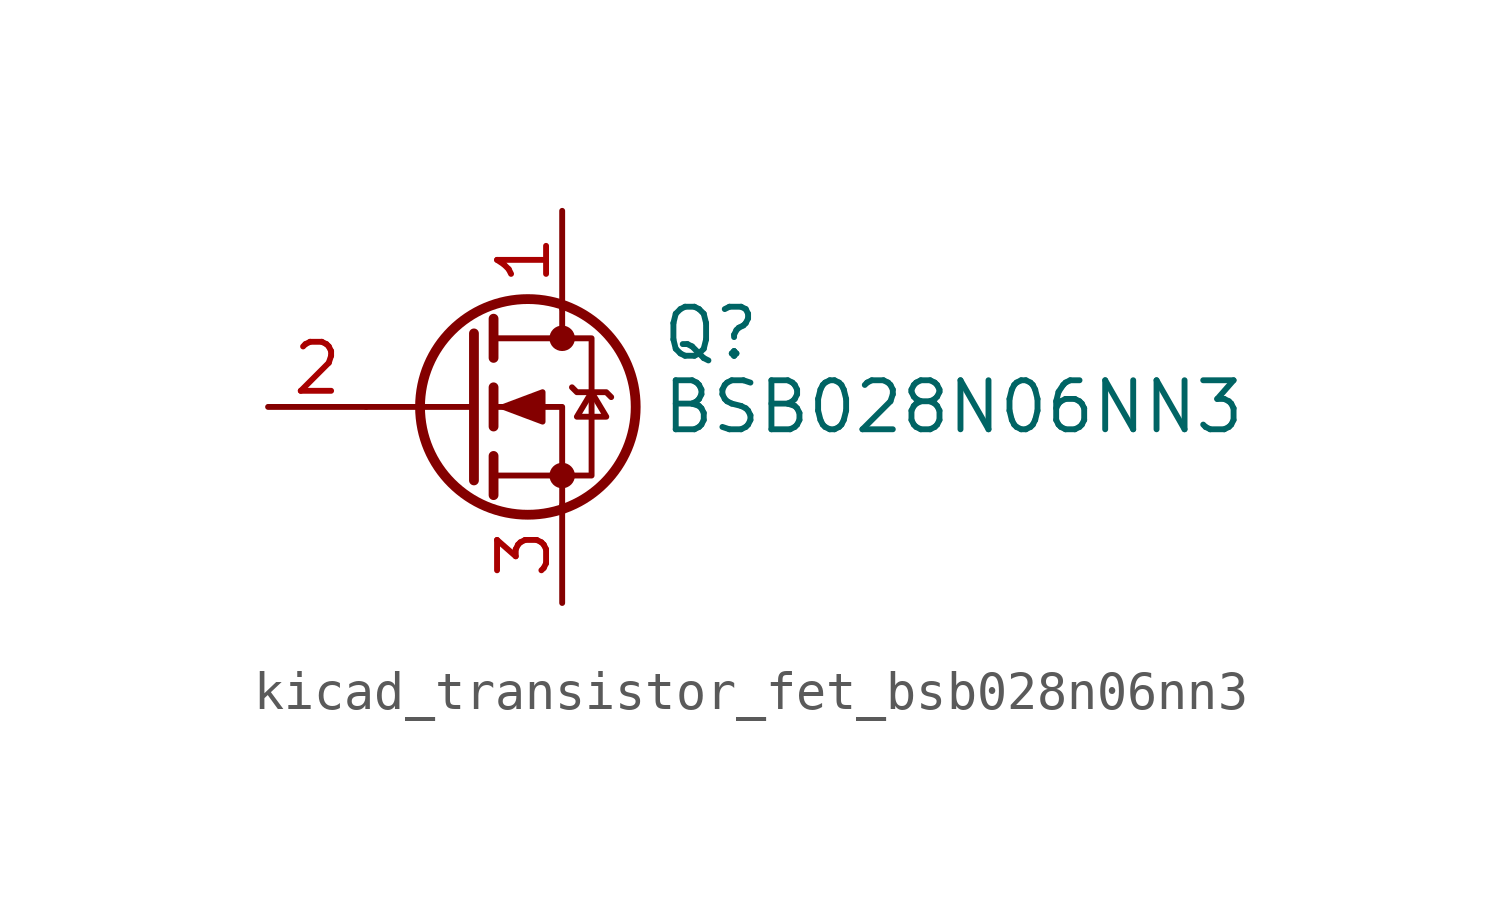
<source format=kicad_sym>
(kicad_symbol_lib
  (version 20220914)
  (generator kicad_symbol_editor)
  (symbol "kicad_transistor_fet_bsb028n06nn3"
    (pin_names hide)
    (property "Reference" "Q"
      (at 5.08 1.905 0)
      (effects (font (size 1.27 1.27)) (justify left)))
    (property "Value" "BSB028N06NN3"
      (at 5.08 0 0)
      (effects (font (size 1.27 1.27)) (justify left)))
    (symbol "kicad_transistor_fet_bsb028n06nn3_0_1"
      (polyline (pts (xy 0.254 0) (xy -2.54 0)) (stroke (width 0) (type default)) (fill (type none)))
      (polyline (pts (xy 0.254 1.905) (xy 0.254 -1.905)) (stroke (width 0.254) (type default)) (fill (type none)))
      (polyline (pts (xy 0.762 -1.27) (xy 0.762 -2.286)) (stroke (width 0.254) (type default)) (fill (type none)))
      (polyline (pts (xy 0.762 0.508) (xy 0.762 -0.508)) (stroke (width 0.254) (type default)) (fill (type none)))
      (polyline (pts (xy 0.762 2.286) (xy 0.762 1.27)) (stroke (width 0.254) (type default)) (fill (type none)))
      (polyline (pts (xy 2.54 2.54) (xy 2.54 1.778)) (stroke (width 0) (type default)) (fill (type none)))
      (polyline (pts (xy 2.54 -2.54) (xy 2.54 0) (xy 0.762 0)) (stroke (width 0) (type default)) (fill (type none)))
      (polyline (pts (xy 0.762 -1.778) (xy 3.302 -1.778) (xy 3.302 1.778) (xy 0.762 1.778)) (stroke (width 0) (type default)) (fill (type none)))
      (polyline (pts (xy 1.016 0) (xy 2.032 0.381) (xy 2.032 -0.381) (xy 1.016 0)) (stroke (width 0) (type default)) (fill (type outline)))
      (polyline (pts (xy 2.794 0.508) (xy 2.921 0.381) (xy 3.683 0.381) (xy 3.81 0.254)) (stroke (width 0) (type default)) (fill (type none)))
      (polyline (pts (xy 3.302 0.381) (xy 2.921 -0.254) (xy 3.683 -0.254) (xy 3.302 0.381)) (stroke (width 0) (type default)) (fill (type none)))
      (circle (center 1.651 0) (radius 2.794) (stroke (width 0.254) (type default)) (fill (type none)))
      (circle (center 2.54 -1.778) (radius 0.254) (stroke (width 0) (type default)) (fill (type outline)))
      (circle (center 2.54 1.778) (radius 0.254) (stroke (width 0) (type default)) (fill (type outline))))
    (symbol "kicad_transistor_fet_bsb028n06nn3_1_1"
      (pin passive line (at 2.54 5.08 270) (length 2.54) (name "D" (effects (font (size 1.27 1.27)))) (number "1" (effects (font (size 1.27 1.27)))))
      (pin input line (at -5.08 0 0) (length 2.54) (name "G" (effects (font (size 1.27 1.27)))) (number "2" (effects (font (size 1.27 1.27)))))
      (pin passive line (at 2.54 -5.08 90) (length 2.54) (name "S" (effects (font (size 1.27 1.27)))) (number "3" (effects (font (size 1.27 1.27))))))))
</source>
